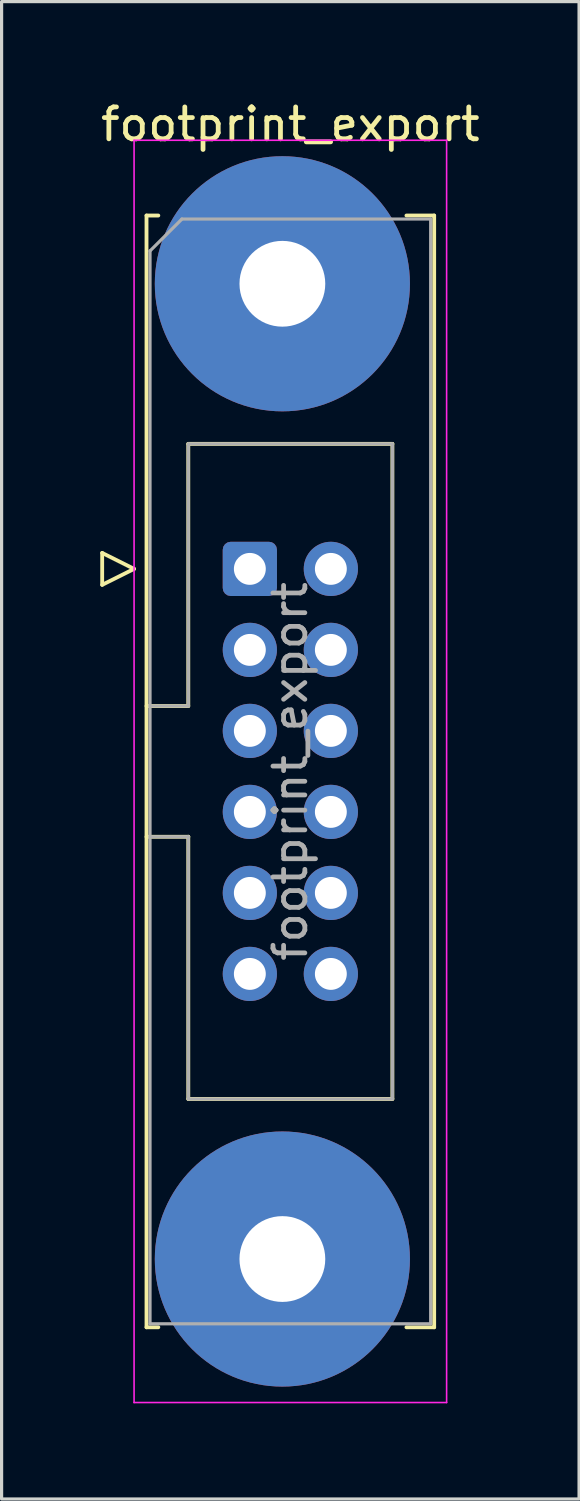
<source format=kicad_pcb>
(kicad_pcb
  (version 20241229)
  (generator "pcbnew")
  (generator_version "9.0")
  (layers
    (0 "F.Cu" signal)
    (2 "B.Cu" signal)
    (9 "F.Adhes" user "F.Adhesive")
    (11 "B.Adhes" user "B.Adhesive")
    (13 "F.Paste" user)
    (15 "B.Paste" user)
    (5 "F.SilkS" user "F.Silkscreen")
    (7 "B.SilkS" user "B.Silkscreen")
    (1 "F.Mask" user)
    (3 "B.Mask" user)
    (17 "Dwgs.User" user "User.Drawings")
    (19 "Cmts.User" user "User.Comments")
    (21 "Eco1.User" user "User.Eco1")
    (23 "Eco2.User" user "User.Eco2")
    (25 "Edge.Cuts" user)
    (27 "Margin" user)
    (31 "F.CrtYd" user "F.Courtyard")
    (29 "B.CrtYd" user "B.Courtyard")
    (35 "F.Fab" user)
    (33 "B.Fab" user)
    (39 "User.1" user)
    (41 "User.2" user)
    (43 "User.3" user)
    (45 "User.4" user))
  (footprint "footprint_export"
    (layer "F.Cu")
    (at 4.784 14.788)
    (property "Reference" "footprint_export" (at 1.27 -13.94 0) (layer "F.SilkS") (effects (font (size 1 1) (thickness 0.15))))
    (attr through_hole)
    (fp_line (start -4.63 -0.5) (end -4.63 0.5) (stroke (width 0.12) (type solid)) (layer "F.SilkS"))
    (fp_line (start -4.63 0.5) (end -3.63 0) (stroke (width 0.12) (type solid)) (layer "F.SilkS"))
    (fp_line (start -3.63 0) (end -4.63 -0.5) (stroke (width 0.12) (type solid)) (layer "F.SilkS"))
    (fp_line (start -3.24 -11.08) (end -3.24 23.78) (stroke (width 0.12) (type solid)) (layer "F.SilkS"))
    (fp_line (start -3.24 4.3) (end -1.93 4.3) (stroke (width 0.12) (type solid)) (layer "F.SilkS"))
    (fp_line (start -3.24 23.78) (end -2.87 23.78) (stroke (width 0.12) (type solid)) (layer "F.SilkS"))
    (fp_line (start -2.87 -11.08) (end -3.24 -11.08) (stroke (width 0.12) (type solid)) (layer "F.SilkS"))
    (fp_line (start -1.93 -3.92) (end 4.47 -3.92) (stroke (width 0.12) (type solid)) (layer "F.SilkS"))
    (fp_line (start -1.93 4.3) (end -1.93 -3.92) (stroke (width 0.12) (type solid)) (layer "F.SilkS"))
    (fp_line (start -1.93 8.4) (end -3.24 8.4) (stroke (width 0.12) (type solid)) (layer "F.SilkS"))
    (fp_line (start -1.93 8.4) (end -1.93 8.4) (stroke (width 0.12) (type solid)) (layer "F.SilkS"))
    (fp_line (start -1.93 16.62) (end -1.93 8.4) (stroke (width 0.12) (type solid)) (layer "F.SilkS"))
    (fp_line (start 4.47 -3.92) (end 4.47 16.62) (stroke (width 0.12) (type solid)) (layer "F.SilkS"))
    (fp_line (start 4.47 16.62) (end -1.93 16.62) (stroke (width 0.12) (type solid)) (layer "F.SilkS"))
    (fp_line (start 4.91 -11.08) (end 5.78 -11.08) (stroke (width 0.12) (type solid)) (layer "F.SilkS"))
    (fp_line (start 5.78 -11.08) (end 5.78 23.78) (stroke (width 0.12) (type solid)) (layer "F.SilkS"))
    (fp_line (start 5.78 23.78) (end 4.91 23.78) (stroke (width 0.12) (type solid)) (layer "F.SilkS"))
    (fp_line (start -3.63 -13.44) (end -3.63 26.14) (stroke (width 0.05) (type solid)) (layer "F.CrtYd"))
    (fp_line (start -3.63 26.14) (end 6.17 26.14) (stroke (width 0.05) (type solid)) (layer "F.CrtYd"))
    (fp_line (start 6.17 -13.44) (end -3.63 -13.44) (stroke (width 0.05) (type solid)) (layer "F.CrtYd"))
    (fp_line (start 6.17 26.14) (end 6.17 -13.44) (stroke (width 0.05) (type solid)) (layer "F.CrtYd"))
    (fp_line (start -3.13 -9.97) (end -2.13 -10.97) (stroke (width 0.1) (type solid)) (layer "F.Fab"))
    (fp_line (start -3.13 4.3) (end -1.93 4.3) (stroke (width 0.1) (type solid)) (layer "F.Fab"))
    (fp_line (start -3.13 23.67) (end -3.13 -9.97) (stroke (width 0.1) (type solid)) (layer "F.Fab"))
    (fp_line (start -2.13 -10.97) (end 5.67 -10.97) (stroke (width 0.1) (type solid)) (layer "F.Fab"))
    (fp_line (start -1.93 -3.92) (end 4.47 -3.92) (stroke (width 0.1) (type solid)) (layer "F.Fab"))
    (fp_line (start -1.93 4.3) (end -1.93 -3.92) (stroke (width 0.1) (type solid)) (layer "F.Fab"))
    (fp_line (start -1.93 8.4) (end -3.13 8.4) (stroke (width 0.1) (type solid)) (layer "F.Fab"))
    (fp_line (start -1.93 8.4) (end -1.93 8.4) (stroke (width 0.1) (type solid)) (layer "F.Fab"))
    (fp_line (start -1.93 16.62) (end -1.93 8.4) (stroke (width 0.1) (type solid)) (layer "F.Fab"))
    (fp_line (start 4.47 -3.92) (end 4.47 16.62) (stroke (width 0.1) (type solid)) (layer "F.Fab"))
    (fp_line (start 4.47 16.62) (end -1.93 16.62) (stroke (width 0.1) (type solid)) (layer "F.Fab"))
    (fp_line (start 5.67 -10.97) (end 5.67 23.67) (stroke (width 0.1) (type solid)) (layer "F.Fab"))
    (fp_line (start 5.67 23.67) (end -3.13 23.67) (stroke (width 0.1) (type solid)) (layer "F.Fab"))
    (fp_text user "${REFERENCE}" (at 1.27 6.35 90) (layer "F.Fab") (effects (font (size 1 1) (thickness 0.15))))
    (pad "1" thru_hole roundrect (at 0 0) (size 1.7 1.7) (drill 1) (layers "*.Cu" "*.Mask") (roundrect_rratio 0.147))
    (pad "2" thru_hole circle (at 2.54 0) (size 1.7 1.7) (drill 1) (layers "*.Cu" "*.Mask"))
    (pad "3" thru_hole circle (at 0 2.54) (size 1.7 1.7) (drill 1) (layers "*.Cu" "*.Mask"))
    (pad "4" thru_hole circle (at 2.54 2.54) (size 1.7 1.7) (drill 1) (layers "*.Cu" "*.Mask"))
    (pad "5" thru_hole circle (at 0 5.08) (size 1.7 1.7) (drill 1) (layers "*.Cu" "*.Mask"))
    (pad "6" thru_hole circle (at 2.54 5.08) (size 1.7 1.7) (drill 1) (layers "*.Cu" "*.Mask"))
    (pad "7" thru_hole circle (at 0 7.62) (size 1.7 1.7) (drill 1) (layers "*.Cu" "*.Mask"))
    (pad "8" thru_hole circle (at 2.54 7.62) (size 1.7 1.7) (drill 1) (layers "*.Cu" "*.Mask"))
    (pad "9" thru_hole circle (at 0 10.16) (size 1.7 1.7) (drill 1) (layers "*.Cu" "*.Mask"))
    (pad "10" thru_hole circle (at 2.54 10.16) (size 1.7 1.7) (drill 1) (layers "*.Cu" "*.Mask"))
    (pad "11" thru_hole circle (at 0 12.7) (size 1.7 1.7) (drill 1) (layers "*.Cu" "*.Mask"))
    (pad "12" thru_hole circle (at 2.54 12.7) (size 1.7 1.7) (drill 1) (layers "*.Cu" "*.Mask"))
    (pad "MP" thru_hole circle (at 1.02 -8.94) (size 8 8) (drill 2.69) (layers "*.Cu" "*.Mask"))
    (pad "MP" thru_hole circle (at 1.02 21.64) (size 8 8) (drill 2.69) (layers "*.Cu" "*.Mask")))
  (gr_rect
    (start -3 -3)
    (end 15.107 43.953)
    (stroke (width 0.1) (type default))
    (fill no)
    (layer "Edge.Cuts")))
</source>
